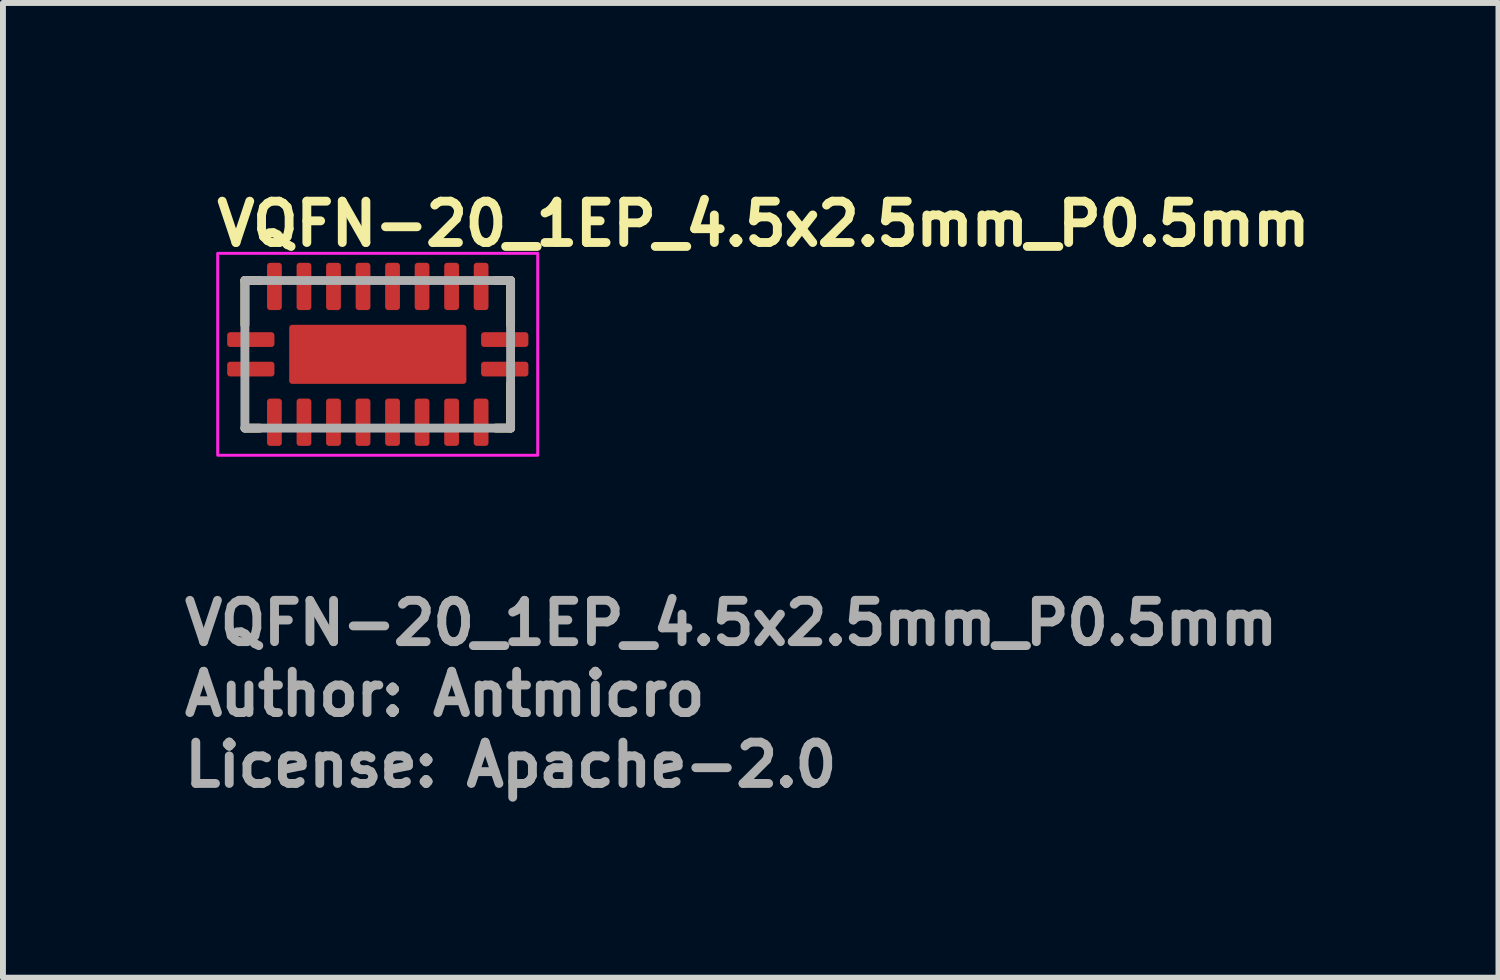
<source format=kicad_pcb>
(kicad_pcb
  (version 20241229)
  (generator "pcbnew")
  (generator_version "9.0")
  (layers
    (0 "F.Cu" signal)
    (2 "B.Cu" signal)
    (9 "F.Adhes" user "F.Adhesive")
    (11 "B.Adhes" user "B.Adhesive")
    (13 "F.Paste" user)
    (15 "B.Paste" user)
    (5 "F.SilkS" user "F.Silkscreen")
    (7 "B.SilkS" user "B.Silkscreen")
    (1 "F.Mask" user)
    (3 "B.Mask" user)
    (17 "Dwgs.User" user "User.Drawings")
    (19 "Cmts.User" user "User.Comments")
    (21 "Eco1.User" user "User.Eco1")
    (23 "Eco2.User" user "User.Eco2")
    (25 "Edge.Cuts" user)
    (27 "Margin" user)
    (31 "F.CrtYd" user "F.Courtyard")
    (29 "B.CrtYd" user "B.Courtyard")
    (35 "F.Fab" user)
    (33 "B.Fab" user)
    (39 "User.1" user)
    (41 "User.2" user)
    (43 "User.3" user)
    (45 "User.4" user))
  (footprint "VQFN-20_1EP_4.5x2.5mm_P0.5mm"
    (layer "F.Cu")
    (at 3.347 2.95)
    (property "Reference" "VQFN-20_1EP_4.5x2.5mm_P0.5mm" (at -2.8 -1.8 0) (layer "F.SilkS") (effects (font (size 0.7 0.7) (thickness 0.15)) (justify left bottom)))
    (attr smd)
    (fp_line (start -2.25 -1.25) (end -2.25 -0.5) (stroke (width 0.15) (type solid)) (layer "F.SilkS"))
    (fp_line (start -2.249 1.25) (end -2 1.25) (stroke (width 0.15) (type solid)) (layer "F.SilkS"))
    (fp_line (start -2.001 -1.25) (end -2.25 -1.25) (stroke (width 0.15) (type solid)) (layer "F.SilkS"))
    (fp_line (start 2.249 -1.25) (end 2 -1.25) (stroke (width 0.15) (type solid)) (layer "F.SilkS"))
    (fp_line (start 2.249 -1.25) (end 2.249 -0.5) (stroke (width 0.15) (type solid)) (layer "F.SilkS"))
    (fp_line (start 2.249 1.249) (end 2 1.249) (stroke (width 0.15) (type solid)) (layer "F.SilkS"))
    (fp_line (start 2.249 1.249) (end 2.249 0.5) (stroke (width 0.15) (type solid)) (layer "F.SilkS"))
    (fp_rect (start -2.711 -1.71) (end 2.708 1.709) (stroke (width 0.05) (type solid)) (fill no) (layer "F.CrtYd"))
    (fp_line (start -2.25 1.249) (end -2.25 -1.25) (stroke (width 0.15) (type solid)) (layer "F.Fab"))
    (fp_line (start 2.249 -1.25) (end -2.25 -1.25) (stroke (width 0.15) (type solid)) (layer "F.Fab"))
    (fp_line (start 2.249 1.249) (end -2.25 1.249) (stroke (width 0.15) (type solid)) (layer "F.Fab"))
    (fp_line (start 2.249 1.249) (end 2.249 -1.25) (stroke (width 0.15) (type solid)) (layer "F.Fab"))
    (fp_rect (start -2.261 -1.26) (end 2.258 1.259) (stroke (width 0.1) (type solid)) (fill no) (layer "User.5"))
    (fp_line (start -2.261 -0.37) (end -2.261 -0.132) (stroke (width 0.02) (type solid)) (layer "User.9"))
    (fp_line (start -2.261 -0.132) (end -2.25 -0.132) (stroke (width 0.02) (type solid)) (layer "User.9"))
    (fp_line (start -2.261 0.13) (end -2.261 0.368) (stroke (width 0.02) (type solid)) (layer "User.9"))
    (fp_line (start -2.261 0.368) (end -2.25 0.368) (stroke (width 0.02) (type solid)) (layer "User.9"))
    (fp_line (start -2.25 -1.25) (end -2.25 1.249) (stroke (width 0.02) (type solid)) (layer "User.9"))
    (fp_line (start -2.25 -0.37) (end -2.261 -0.37) (stroke (width 0.02) (type solid)) (layer "User.9"))
    (fp_line (start -2.25 0.13) (end -2.261 0.13) (stroke (width 0.02) (type solid)) (layer "User.9"))
    (fp_line (start -2.25 1.249) (end 2.249 1.249) (stroke (width 0.02) (type solid)) (layer "User.9"))
    (fp_line (start -1.871 -1.26) (end -1.871 -1.25) (stroke (width 0.02) (type solid)) (layer "User.9"))
    (fp_line (start -1.871 1.249) (end -1.871 1.259) (stroke (width 0.02) (type solid)) (layer "User.9"))
    (fp_line (start -1.871 1.259) (end -1.631 1.259) (stroke (width 0.02) (type solid)) (layer "User.9"))
    (fp_line (start -1.631 -1.26) (end -1.871 -1.26) (stroke (width 0.02) (type solid)) (layer "User.9"))
    (fp_line (start -1.631 -1.25) (end -1.631 -1.26) (stroke (width 0.02) (type solid)) (layer "User.9"))
    (fp_line (start -1.631 1.259) (end -1.631 1.249) (stroke (width 0.02) (type solid)) (layer "User.9"))
    (fp_line (start -1.371 -1.26) (end -1.371 -1.25) (stroke (width 0.02) (type solid)) (layer "User.9"))
    (fp_line (start -1.371 -1.26) (end -1.371 -1.25) (stroke (width 0.02) (type solid)) (layer "User.9"))
    (fp_line (start -1.371 1.249) (end -1.371 1.259) (stroke (width 0.02) (type solid)) (layer "User.9"))
    (fp_line (start -1.371 1.249) (end -1.371 1.259) (stroke (width 0.02) (type solid)) (layer "User.9"))
    (fp_line (start -1.371 1.259) (end -1.131 1.259) (stroke (width 0.02) (type solid)) (layer "User.9"))
    (fp_line (start -1.371 1.259) (end -1.131 1.259) (stroke (width 0.02) (type solid)) (layer "User.9"))
    (fp_line (start -1.131 -1.26) (end -1.371 -1.26) (stroke (width 0.02) (type solid)) (layer "User.9"))
    (fp_line (start -1.131 -1.26) (end -1.371 -1.26) (stroke (width 0.02) (type solid)) (layer "User.9"))
    (fp_line (start -1.131 -1.25) (end -1.131 -1.26) (stroke (width 0.02) (type solid)) (layer "User.9"))
    (fp_line (start -1.131 -1.25) (end -1.131 -1.26) (stroke (width 0.02) (type solid)) (layer "User.9"))
    (fp_line (start -1.131 1.259) (end -1.131 1.249) (stroke (width 0.02) (type solid)) (layer "User.9"))
    (fp_line (start -1.131 1.259) (end -1.131 1.249) (stroke (width 0.02) (type solid)) (layer "User.9"))
    (fp_line (start -0.87 -1.26) (end -0.87 -1.25) (stroke (width 0.02) (type solid)) (layer "User.9"))
    (fp_line (start -0.87 -1.26) (end -0.87 -1.25) (stroke (width 0.02) (type solid)) (layer "User.9"))
    (fp_line (start -0.87 -1.26) (end -0.87 -1.25) (stroke (width 0.02) (type solid)) (layer "User.9"))
    (fp_line (start -0.87 1.249) (end -0.87 1.259) (stroke (width 0.02) (type solid)) (layer "User.9"))
    (fp_line (start -0.87 1.249) (end -0.87 1.259) (stroke (width 0.02) (type solid)) (layer "User.9"))
    (fp_line (start -0.87 1.249) (end -0.87 1.259) (stroke (width 0.02) (type solid)) (layer "User.9"))
    (fp_line (start -0.87 1.259) (end -0.63 1.259) (stroke (width 0.02) (type solid)) (layer "User.9"))
    (fp_line (start -0.87 1.259) (end -0.63 1.259) (stroke (width 0.02) (type solid)) (layer "User.9"))
    (fp_line (start -0.87 1.259) (end -0.63 1.259) (stroke (width 0.02) (type solid)) (layer "User.9"))
    (fp_line (start -0.63 -1.26) (end -0.87 -1.26) (stroke (width 0.02) (type solid)) (layer "User.9"))
    (fp_line (start -0.63 -1.26) (end -0.87 -1.26) (stroke (width 0.02) (type solid)) (layer "User.9"))
    (fp_line (start -0.63 -1.26) (end -0.87 -1.26) (stroke (width 0.02) (type solid)) (layer "User.9"))
    (fp_line (start -0.63 -1.25) (end -0.63 -1.26) (stroke (width 0.02) (type solid)) (layer "User.9"))
    (fp_line (start -0.63 -1.25) (end -0.63 -1.26) (stroke (width 0.02) (type solid)) (layer "User.9"))
    (fp_line (start -0.63 -1.25) (end -0.63 -1.26) (stroke (width 0.02) (type solid)) (layer "User.9"))
    (fp_line (start -0.63 1.259) (end -0.63 1.249) (stroke (width 0.02) (type solid)) (layer "User.9"))
    (fp_line (start -0.63 1.259) (end -0.63 1.249) (stroke (width 0.02) (type solid)) (layer "User.9"))
    (fp_line (start -0.63 1.259) (end -0.63 1.249) (stroke (width 0.02) (type solid)) (layer "User.9"))
    (fp_line (start -0.37 -1.26) (end -0.37 -1.25) (stroke (width 0.02) (type solid)) (layer "User.9"))
    (fp_line (start -0.37 -1.26) (end -0.37 -1.25) (stroke (width 0.02) (type solid)) (layer "User.9"))
    (fp_line (start -0.37 -1.26) (end -0.37 -1.25) (stroke (width 0.02) (type solid)) (layer "User.9"))
    (fp_line (start -0.37 -1.26) (end -0.37 -1.25) (stroke (width 0.02) (type solid)) (layer "User.9"))
    (fp_line (start -0.37 1.249) (end -0.37 1.259) (stroke (width 0.02) (type solid)) (layer "User.9"))
    (fp_line (start -0.37 1.249) (end -0.37 1.259) (stroke (width 0.02) (type solid)) (layer "User.9"))
    (fp_line (start -0.37 1.249) (end -0.37 1.259) (stroke (width 0.02) (type solid)) (layer "User.9"))
    (fp_line (start -0.37 1.249) (end -0.37 1.259) (stroke (width 0.02) (type solid)) (layer "User.9"))
    (fp_line (start -0.37 1.259) (end -0.132 1.259) (stroke (width 0.02) (type solid)) (layer "User.9"))
    (fp_line (start -0.37 1.259) (end -0.132 1.259) (stroke (width 0.02) (type solid)) (layer "User.9"))
    (fp_line (start -0.37 1.259) (end -0.132 1.259) (stroke (width 0.02) (type solid)) (layer "User.9"))
    (fp_line (start -0.37 1.259) (end -0.132 1.259) (stroke (width 0.02) (type solid)) (layer "User.9"))
    (fp_line (start -0.132 -1.26) (end -0.37 -1.26) (stroke (width 0.02) (type solid)) (layer "User.9"))
    (fp_line (start -0.132 -1.26) (end -0.37 -1.26) (stroke (width 0.02) (type solid)) (layer "User.9"))
    (fp_line (start -0.132 -1.26) (end -0.37 -1.26) (stroke (width 0.02) (type solid)) (layer "User.9"))
    (fp_line (start -0.132 -1.26) (end -0.37 -1.26) (stroke (width 0.02) (type solid)) (layer "User.9"))
    (fp_line (start -0.132 -1.25) (end -0.132 -1.26) (stroke (width 0.02) (type solid)) (layer "User.9"))
    (fp_line (start -0.132 -1.25) (end -0.132 -1.26) (stroke (width 0.02) (type solid)) (layer "User.9"))
    (fp_line (start -0.132 -1.25) (end -0.132 -1.26) (stroke (width 0.02) (type solid)) (layer "User.9"))
    (fp_line (start -0.132 -1.25) (end -0.132 -1.26) (stroke (width 0.02) (type solid)) (layer "User.9"))
    (fp_line (start -0.132 1.259) (end -0.132 1.249) (stroke (width 0.02) (type solid)) (layer "User.9"))
    (fp_line (start -0.132 1.259) (end -0.132 1.249) (stroke (width 0.02) (type solid)) (layer "User.9"))
    (fp_line (start -0.132 1.259) (end -0.132 1.249) (stroke (width 0.02) (type solid)) (layer "User.9"))
    (fp_line (start -0.132 1.259) (end -0.132 1.249) (stroke (width 0.02) (type solid)) (layer "User.9"))
    (fp_line (start 0.13 -1.26) (end 0.13 -1.25) (stroke (width 0.02) (type solid)) (layer "User.9"))
    (fp_line (start 0.13 -1.26) (end 0.13 -1.25) (stroke (width 0.02) (type solid)) (layer "User.9"))
    (fp_line (start 0.13 -1.26) (end 0.13 -1.25) (stroke (width 0.02) (type solid)) (layer "User.9"))
    (fp_line (start 0.13 -1.26) (end 0.13 -1.25) (stroke (width 0.02) (type solid)) (layer "User.9"))
    (fp_line (start 0.13 1.249) (end 0.13 1.259) (stroke (width 0.02) (type solid)) (layer "User.9"))
    (fp_line (start 0.13 1.249) (end 0.13 1.259) (stroke (width 0.02) (type solid)) (layer "User.9"))
    (fp_line (start 0.13 1.249) (end 0.13 1.259) (stroke (width 0.02) (type solid)) (layer "User.9"))
    (fp_line (start 0.13 1.249) (end 0.13 1.259) (stroke (width 0.02) (type solid)) (layer "User.9"))
    (fp_line (start 0.13 1.259) (end 0.368 1.259) (stroke (width 0.02) (type solid)) (layer "User.9"))
    (fp_line (start 0.13 1.259) (end 0.368 1.259) (stroke (width 0.02) (type solid)) (layer "User.9"))
    (fp_line (start 0.13 1.259) (end 0.368 1.259) (stroke (width 0.02) (type solid)) (layer "User.9"))
    (fp_line (start 0.13 1.259) (end 0.368 1.259) (stroke (width 0.02) (type solid)) (layer "User.9"))
    (fp_line (start 0.368 -1.26) (end 0.13 -1.26) (stroke (width 0.02) (type solid)) (layer "User.9"))
    (fp_line (start 0.368 -1.26) (end 0.13 -1.26) (stroke (width 0.02) (type solid)) (layer "User.9"))
    (fp_line (start 0.368 -1.26) (end 0.13 -1.26) (stroke (width 0.02) (type solid)) (layer "User.9"))
    (fp_line (start 0.368 -1.26) (end 0.13 -1.26) (stroke (width 0.02) (type solid)) (layer "User.9"))
    (fp_line (start 0.368 -1.25) (end 0.368 -1.26) (stroke (width 0.02) (type solid)) (layer "User.9"))
    (fp_line (start 0.368 -1.25) (end 0.368 -1.26) (stroke (width 0.02) (type solid)) (layer "User.9"))
    (fp_line (start 0.368 -1.25) (end 0.368 -1.26) (stroke (width 0.02) (type solid)) (layer "User.9"))
    (fp_line (start 0.368 -1.25) (end 0.368 -1.26) (stroke (width 0.02) (type solid)) (layer "User.9"))
    (fp_line (start 0.368 1.259) (end 0.368 1.249) (stroke (width 0.02) (type solid)) (layer "User.9"))
    (fp_line (start 0.368 1.259) (end 0.368 1.249) (stroke (width 0.02) (type solid)) (layer "User.9"))
    (fp_line (start 0.368 1.259) (end 0.368 1.249) (stroke (width 0.02) (type solid)) (layer "User.9"))
    (fp_line (start 0.368 1.259) (end 0.368 1.249) (stroke (width 0.02) (type solid)) (layer "User.9"))
    (fp_line (start 0.628 -1.26) (end 0.628 -1.25) (stroke (width 0.02) (type solid)) (layer "User.9"))
    (fp_line (start 0.628 -1.26) (end 0.628 -1.25) (stroke (width 0.02) (type solid)) (layer "User.9"))
    (fp_line (start 0.628 -1.26) (end 0.628 -1.25) (stroke (width 0.02) (type solid)) (layer "User.9"))
    (fp_line (start 0.628 1.249) (end 0.628 1.259) (stroke (width 0.02) (type solid)) (layer "User.9"))
    (fp_line (start 0.628 1.249) (end 0.628 1.259) (stroke (width 0.02) (type solid)) (layer "User.9"))
    (fp_line (start 0.628 1.249) (end 0.628 1.259) (stroke (width 0.02) (type solid)) (layer "User.9"))
    (fp_line (start 0.628 1.259) (end 0.868 1.259) (stroke (width 0.02) (type solid)) (layer "User.9"))
    (fp_line (start 0.628 1.259) (end 0.868 1.259) (stroke (width 0.02) (type solid)) (layer "User.9"))
    (fp_line (start 0.628 1.259) (end 0.868 1.259) (stroke (width 0.02) (type solid)) (layer "User.9"))
    (fp_line (start 0.868 -1.26) (end 0.628 -1.26) (stroke (width 0.02) (type solid)) (layer "User.9"))
    (fp_line (start 0.868 -1.26) (end 0.628 -1.26) (stroke (width 0.02) (type solid)) (layer "User.9"))
    (fp_line (start 0.868 -1.26) (end 0.628 -1.26) (stroke (width 0.02) (type solid)) (layer "User.9"))
    (fp_line (start 0.868 -1.25) (end 0.868 -1.26) (stroke (width 0.02) (type solid)) (layer "User.9"))
    (fp_line (start 0.868 -1.25) (end 0.868 -1.26) (stroke (width 0.02) (type solid)) (layer "User.9"))
    (fp_line (start 0.868 -1.25) (end 0.868 -1.26) (stroke (width 0.02) (type solid)) (layer "User.9"))
    (fp_line (start 0.868 1.259) (end 0.868 1.249) (stroke (width 0.02) (type solid)) (layer "User.9"))
    (fp_line (start 0.868 1.259) (end 0.868 1.249) (stroke (width 0.02) (type solid)) (layer "User.9"))
    (fp_line (start 0.868 1.259) (end 0.868 1.249) (stroke (width 0.02) (type solid)) (layer "User.9"))
    (fp_line (start 1.128 -1.26) (end 1.128 -1.25) (stroke (width 0.02) (type solid)) (layer "User.9"))
    (fp_line (start 1.128 -1.26) (end 1.128 -1.25) (stroke (width 0.02) (type solid)) (layer "User.9"))
    (fp_line (start 1.128 1.249) (end 1.128 1.259) (stroke (width 0.02) (type solid)) (layer "User.9"))
    (fp_line (start 1.128 1.249) (end 1.128 1.259) (stroke (width 0.02) (type solid)) (layer "User.9"))
    (fp_line (start 1.128 1.259) (end 1.37 1.259) (stroke (width 0.02) (type solid)) (layer "User.9"))
    (fp_line (start 1.128 1.259) (end 1.37 1.259) (stroke (width 0.02) (type solid)) (layer "User.9"))
    (fp_line (start 1.37 -1.26) (end 1.128 -1.26) (stroke (width 0.02) (type solid)) (layer "User.9"))
    (fp_line (start 1.37 -1.26) (end 1.128 -1.26) (stroke (width 0.02) (type solid)) (layer "User.9"))
    (fp_line (start 1.37 -1.25) (end 1.37 -1.26) (stroke (width 0.02) (type solid)) (layer "User.9"))
    (fp_line (start 1.37 -1.25) (end 1.37 -1.26) (stroke (width 0.02) (type solid)) (layer "User.9"))
    (fp_line (start 1.37 1.259) (end 1.37 1.249) (stroke (width 0.02) (type solid)) (layer "User.9"))
    (fp_line (start 1.37 1.259) (end 1.37 1.249) (stroke (width 0.02) (type solid)) (layer "User.9"))
    (fp_line (start 1.628 -1.26) (end 1.628 -1.25) (stroke (width 0.02) (type solid)) (layer "User.9"))
    (fp_line (start 1.628 1.249) (end 1.628 1.259) (stroke (width 0.02) (type solid)) (layer "User.9"))
    (fp_line (start 1.628 1.259) (end 1.87 1.259) (stroke (width 0.02) (type solid)) (layer "User.9"))
    (fp_line (start 1.87 -1.26) (end 1.628 -1.26) (stroke (width 0.02) (type solid)) (layer "User.9"))
    (fp_line (start 1.87 -1.25) (end 1.87 -1.26) (stroke (width 0.02) (type solid)) (layer "User.9"))
    (fp_line (start 1.87 1.259) (end 1.87 1.249) (stroke (width 0.02) (type solid)) (layer "User.9"))
    (fp_line (start 2.249 -1.25) (end -2.25 -1.25) (stroke (width 0.02) (type solid)) (layer "User.9"))
    (fp_line (start 2.249 -0.132) (end 2.258 -0.132) (stroke (width 0.02) (type solid)) (layer "User.9"))
    (fp_line (start 2.249 0.368) (end 2.258 0.368) (stroke (width 0.02) (type solid)) (layer "User.9"))
    (fp_line (start 2.249 1.249) (end 2.249 -1.25) (stroke (width 0.02) (type solid)) (layer "User.9"))
    (fp_line (start 2.258 -0.37) (end 2.249 -0.37) (stroke (width 0.02) (type solid)) (layer "User.9"))
    (fp_line (start 2.258 -0.132) (end 2.258 -0.37) (stroke (width 0.02) (type solid)) (layer "User.9"))
    (fp_line (start 2.258 0.13) (end 2.249 0.13) (stroke (width 0.02) (type solid)) (layer "User.9"))
    (fp_line (start 2.258 0.368) (end 2.258 0.13) (stroke (width 0.02) (type solid)) (layer "User.9"))
    (fp_circle (center -2 0.95) (end -1.888 0.95) (stroke (width 0.02) (type solid)) (fill no) (layer "User.9"))
    (fp_text user "${REFERENCE}" (at -3.347 4.959 0) (layer "F.Fab") (effects (font (size 0.7 0.7) (thickness 0.15)) (justify left bottom)))
    (fp_text user "License: Apache-2.0" (at -3.347 7.36 0) (layer "F.Fab") (effects (font (size 0.7 0.7) (thickness 0.15)) (justify left bottom)))
    (fp_text user "Author: Antmicro" (at -3.347 6.16 0) (layer "F.Fab") (effects (font (size 0.7 0.7) (thickness 0.15)) (justify left bottom)))
    (pad "" smd roundrect (at -0.76 0) (size 1.31 0.95) (layers "F.Paste") (roundrect_rratio 0.05))
    (pad "" smd roundrect (at 0.76 0) (size 1.31 0.95) (layers "F.Paste") (roundrect_rratio 0.05))
    (pad "1" smd roundrect (at -2.15 0.25 90) (size 0.25 0.8) (layers "F.Cu" "F.Mask" "F.Paste") (roundrect_rratio 0.2))
    (pad "2" smd roundrect (at -1.75 1.15) (size 0.25 0.8) (layers "F.Cu" "F.Mask" "F.Paste") (roundrect_rratio 0.2))
    (pad "3" smd roundrect (at -1.25 1.15) (size 0.25 0.8) (layers "F.Cu" "F.Mask" "F.Paste") (roundrect_rratio 0.2))
    (pad "4" smd roundrect (at -0.75 1.15) (size 0.25 0.8) (layers "F.Cu" "F.Mask" "F.Paste") (roundrect_rratio 0.2))
    (pad "5" smd roundrect (at -0.25 1.15) (size 0.25 0.8) (layers "F.Cu" "F.Mask" "F.Paste") (roundrect_rratio 0.2))
    (pad "6" smd roundrect (at 0.25 1.15) (size 0.25 0.8) (layers "F.Cu" "F.Mask" "F.Paste") (roundrect_rratio 0.2))
    (pad "7" smd roundrect (at 0.75 1.15) (size 0.25 0.8) (layers "F.Cu" "F.Mask" "F.Paste") (roundrect_rratio 0.2))
    (pad "8" smd roundrect (at 1.25 1.15) (size 0.25 0.8) (layers "F.Cu" "F.Mask" "F.Paste") (roundrect_rratio 0.2))
    (pad "9" smd roundrect (at 1.75 1.15) (size 0.25 0.8) (layers "F.Cu" "F.Mask" "F.Paste") (roundrect_rratio 0.2))
    (pad "10" smd roundrect (at 2.15 0.25 90) (size 0.25 0.8) (layers "F.Cu" "F.Mask" "F.Paste") (roundrect_rratio 0.2))
    (pad "11" smd roundrect (at 2.15 -0.25 90) (size 0.25 0.8) (layers "F.Cu" "F.Mask" "F.Paste") (roundrect_rratio 0.2))
    (pad "12" smd roundrect (at 1.75 -1.15) (size 0.25 0.8) (layers "F.Cu" "F.Mask" "F.Paste") (roundrect_rratio 0.2))
    (pad "13" smd roundrect (at 1.25 -1.15) (size 0.25 0.8) (layers "F.Cu" "F.Mask" "F.Paste") (roundrect_rratio 0.2))
    (pad "14" smd roundrect (at 0.75 -1.15) (size 0.25 0.8) (layers "F.Cu" "F.Mask" "F.Paste") (roundrect_rratio 0.2))
    (pad "15" smd roundrect (at 0.25 -1.15) (size 0.25 0.8) (layers "F.Cu" "F.Mask" "F.Paste") (roundrect_rratio 0.2))
    (pad "16" smd roundrect (at -0.25 -1.15) (size 0.25 0.8) (layers "F.Cu" "F.Mask" "F.Paste") (roundrect_rratio 0.2))
    (pad "17" smd roundrect (at -0.75 -1.15) (size 0.25 0.8) (layers "F.Cu" "F.Mask" "F.Paste") (roundrect_rratio 0.2))
    (pad "18" smd roundrect (at -1.25 -1.15) (size 0.25 0.8) (layers "F.Cu" "F.Mask" "F.Paste") (roundrect_rratio 0.2))
    (pad "19" smd roundrect (at -1.75 -1.15) (size 0.25 0.8) (layers "F.Cu" "F.Mask" "F.Paste") (roundrect_rratio 0.2))
    (pad "20" smd roundrect (at -2.15 -0.25 90) (size 0.25 0.8) (layers "F.Cu" "F.Mask" "F.Paste") (roundrect_rratio 0.2))
    (pad "21" smd roundrect (at 0 0) (size 3 1) (layers "F.Cu" "F.Mask") (roundrect_rratio 0.05)))
  (gr_rect
    (start -3 -3)
    (end 22.324 13.505)
    (stroke (width 0.1) (type default))
    (fill no)
    (layer "Edge.Cuts")))
</source>
